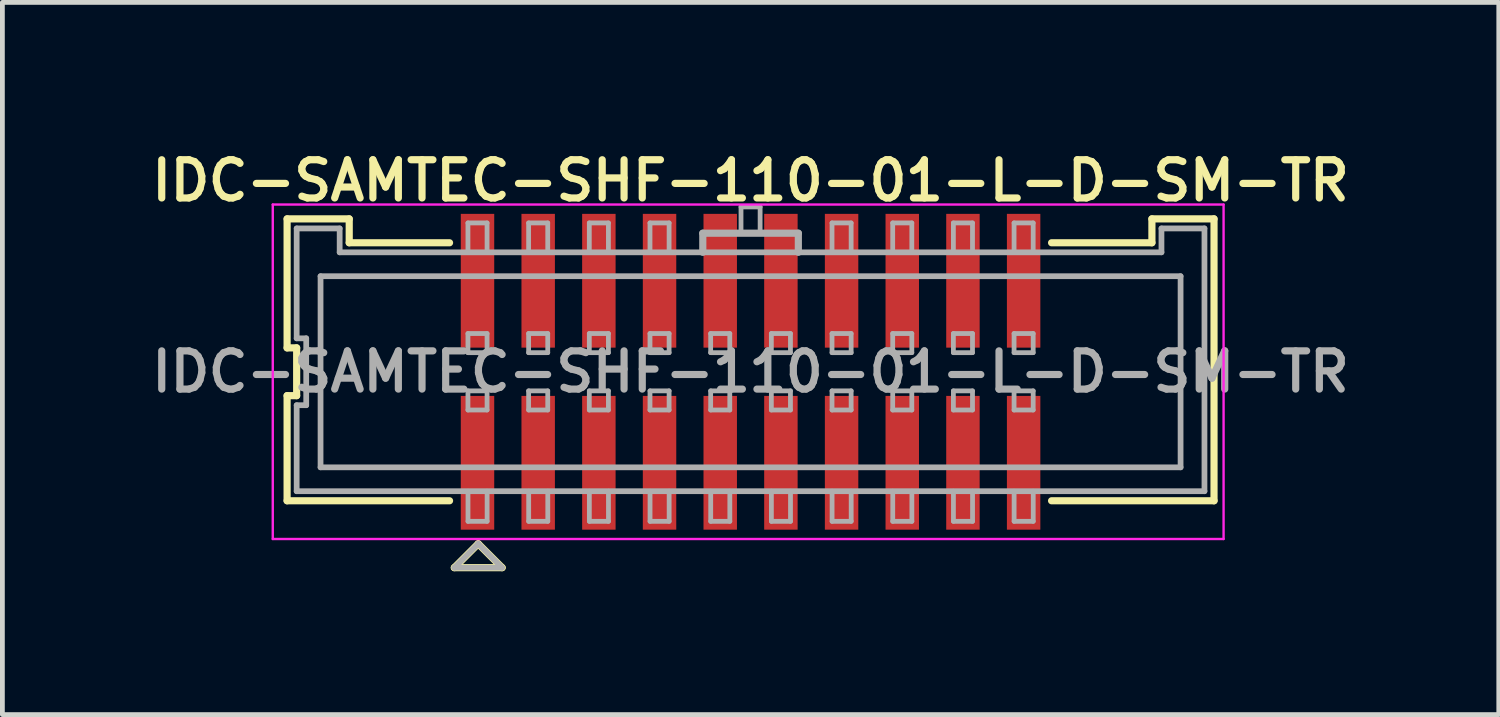
<source format=kicad_pcb>
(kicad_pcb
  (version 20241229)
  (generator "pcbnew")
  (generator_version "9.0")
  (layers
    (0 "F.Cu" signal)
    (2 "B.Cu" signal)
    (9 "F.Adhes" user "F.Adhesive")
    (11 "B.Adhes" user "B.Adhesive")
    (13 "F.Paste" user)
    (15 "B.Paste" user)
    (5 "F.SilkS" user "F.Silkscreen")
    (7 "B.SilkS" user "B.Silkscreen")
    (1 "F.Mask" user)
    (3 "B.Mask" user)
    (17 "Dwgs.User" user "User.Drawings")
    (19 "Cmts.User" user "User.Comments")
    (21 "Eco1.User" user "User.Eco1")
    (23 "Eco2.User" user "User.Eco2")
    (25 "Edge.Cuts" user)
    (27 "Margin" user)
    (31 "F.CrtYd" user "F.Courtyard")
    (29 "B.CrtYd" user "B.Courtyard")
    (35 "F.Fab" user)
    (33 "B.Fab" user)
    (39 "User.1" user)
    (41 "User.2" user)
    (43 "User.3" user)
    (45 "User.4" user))
  (footprint "IDC-SAMTEC-SHF-110-01-L-D-SM-TR"
    (layer "F.Cu")
    (at 12.659 4.731)
    (property "Reference" "IDC-SAMTEC-SHF-110-01-L-D-SM-TR" (at 0 -4 0) (layer "F.SilkS") (effects (font (size 0.8 0.8) (thickness 0.15))))
    (attr through_hole)
    (fp_line (start -9.7 -3.2) (end -9.7 -0.5) (stroke (width 0.15) (type solid)) (layer "F.SilkS"))
    (fp_line (start -9.7 -3.2) (end -8.4 -3.2) (stroke (width 0.15) (type solid)) (layer "F.SilkS"))
    (fp_line (start -9.7 -0.5) (end -9.5 -0.5) (stroke (width 0.15) (type solid)) (layer "F.SilkS"))
    (fp_line (start -9.7 0.5) (end -9.7 2.7) (stroke (width 0.15) (type solid)) (layer "F.SilkS"))
    (fp_line (start -9.7 2.7) (end -6.3 2.7) (stroke (width 0.15) (type solid)) (layer "F.SilkS"))
    (fp_line (start -9.5 -0.5) (end -9.5 0.5) (stroke (width 0.15) (type solid)) (layer "F.SilkS"))
    (fp_line (start -9.5 0.5) (end -9.7 0.5) (stroke (width 0.15) (type solid)) (layer "F.SilkS"))
    (fp_line (start -8.4 -3.2) (end -8.4 -2.7) (stroke (width 0.15) (type solid)) (layer "F.SilkS"))
    (fp_line (start -8.4 -2.7) (end -6.3 -2.7) (stroke (width 0.15) (type solid)) (layer "F.SilkS"))
    (fp_line (start -6.2 4.1) (end -5.2 4.1) (stroke (width 0.15) (type solid)) (layer "F.SilkS"))
    (fp_line (start -5.7 3.6) (end -6.2 4.1) (stroke (width 0.15) (type solid)) (layer "F.SilkS"))
    (fp_line (start -5.2 4.1) (end -5.7 3.6) (stroke (width 0.15) (type solid)) (layer "F.SilkS"))
    (fp_line (start 6.3 -2.7) (end 8.4 -2.7) (stroke (width 0.15) (type solid)) (layer "F.SilkS"))
    (fp_line (start 6.3 2.7) (end 9.7 2.7) (stroke (width 0.15) (type solid)) (layer "F.SilkS"))
    (fp_line (start 8.4 -3.2) (end 8.4 -2.7) (stroke (width 0.15) (type solid)) (layer "F.SilkS"))
    (fp_line (start 8.4 -3.2) (end 9.7 -3.2) (stroke (width 0.15) (type solid)) (layer "F.SilkS"))
    (fp_line (start 9.7 2.7) (end 9.7 -3.2) (stroke (width 0.15) (type solid)) (layer "F.SilkS"))
    (fp_line (start -10 -3.5) (end 9.9 -3.5) (stroke (width 0.05) (type solid)) (layer "F.CrtYd"))
    (fp_line (start -10 3.5) (end -10 -3.5) (stroke (width 0.05) (type solid)) (layer "F.CrtYd"))
    (fp_line (start 9.9 -3.5) (end 9.9 3.5) (stroke (width 0.05) (type solid)) (layer "F.CrtYd"))
    (fp_line (start 9.9 3.5) (end -10 3.5) (stroke (width 0.05) (type solid)) (layer "F.CrtYd"))
    (fp_line (start -9.5 -3) (end -8.6 -3) (stroke (width 0.12) (type solid)) (layer "F.Fab"))
    (fp_line (start -9.5 -0.7) (end -9.5 -3) (stroke (width 0.12) (type solid)) (layer "F.Fab"))
    (fp_line (start -9.5 0.7) (end -9.3 0.7) (stroke (width 0.12) (type solid)) (layer "F.Fab"))
    (fp_line (start -9.5 2.5) (end -9.5 0.7) (stroke (width 0.12) (type solid)) (layer "F.Fab"))
    (fp_line (start -9.5 2.5) (end 9.5 2.5) (stroke (width 0.12) (type solid)) (layer "F.Fab"))
    (fp_line (start -9.3 -0.7) (end -9.5 -0.7) (stroke (width 0.12) (type solid)) (layer "F.Fab"))
    (fp_line (start -9.3 0.7) (end -9.3 -0.7) (stroke (width 0.12) (type solid)) (layer "F.Fab"))
    (fp_line (start -9 -2) (end 9 -2) (stroke (width 0.12) (type solid)) (layer "F.Fab"))
    (fp_line (start -9 2) (end -9 -2) (stroke (width 0.12) (type solid)) (layer "F.Fab"))
    (fp_line (start -8.6 -3) (end -8.6 -2.5) (stroke (width 0.12) (type solid)) (layer "F.Fab"))
    (fp_line (start -8.6 -2.5) (end 8.6 -2.5) (stroke (width 0.12) (type solid)) (layer "F.Fab"))
    (fp_line (start -6.2 4.1) (end -5.2 4.1) (stroke (width 0.12) (type solid)) (layer "F.Fab"))
    (fp_line (start -5.915 -3.115) (end -5.515 -3.115) (stroke (width 0.1) (type solid)) (layer "F.Fab"))
    (fp_line (start -5.915 -2.5) (end -5.915 -3.115) (stroke (width 0.1) (type solid)) (layer "F.Fab"))
    (fp_line (start -5.915 -0.8) (end -5.515 -0.8) (stroke (width 0.1) (type solid)) (layer "F.Fab"))
    (fp_line (start -5.915 -0.4) (end -5.915 -0.8) (stroke (width 0.1) (type solid)) (layer "F.Fab"))
    (fp_line (start -5.915 0.4) (end -5.515 0.4) (stroke (width 0.1) (type solid)) (layer "F.Fab"))
    (fp_line (start -5.915 0.8) (end -5.915 0.4) (stroke (width 0.1) (type solid)) (layer "F.Fab"))
    (fp_line (start -5.914 3.13) (end -5.914 2.5) (stroke (width 0.1) (type solid)) (layer "F.Fab"))
    (fp_line (start -5.7 3.6) (end -6.2 4.1) (stroke (width 0.12) (type solid)) (layer "F.Fab"))
    (fp_line (start -5.515 -3.115) (end -5.515 -2.5) (stroke (width 0.1) (type solid)) (layer "F.Fab"))
    (fp_line (start -5.515 -0.8) (end -5.515 -0.4) (stroke (width 0.1) (type solid)) (layer "F.Fab"))
    (fp_line (start -5.515 -0.4) (end -5.915 -0.4) (stroke (width 0.1) (type solid)) (layer "F.Fab"))
    (fp_line (start -5.515 0.4) (end -5.515 0.8) (stroke (width 0.1) (type solid)) (layer "F.Fab"))
    (fp_line (start -5.515 0.8) (end -5.915 0.8) (stroke (width 0.1) (type solid)) (layer "F.Fab"))
    (fp_line (start -5.514 2.5) (end -5.514 3.13) (stroke (width 0.1) (type solid)) (layer "F.Fab"))
    (fp_line (start -5.514 3.13) (end -5.914 3.13) (stroke (width 0.1) (type solid)) (layer "F.Fab"))
    (fp_line (start -5.2 4.1) (end -5.7 3.6) (stroke (width 0.12) (type solid)) (layer "F.Fab"))
    (fp_line (start -4.645 -3.115) (end -4.245 -3.115) (stroke (width 0.1) (type solid)) (layer "F.Fab"))
    (fp_line (start -4.645 -2.5) (end -4.645 -3.115) (stroke (width 0.1) (type solid)) (layer "F.Fab"))
    (fp_line (start -4.645 -0.8) (end -4.245 -0.8) (stroke (width 0.1) (type solid)) (layer "F.Fab"))
    (fp_line (start -4.645 -0.4) (end -4.645 -0.8) (stroke (width 0.1) (type solid)) (layer "F.Fab"))
    (fp_line (start -4.645 0.4) (end -4.245 0.4) (stroke (width 0.1) (type solid)) (layer "F.Fab"))
    (fp_line (start -4.645 0.8) (end -4.645 0.4) (stroke (width 0.1) (type solid)) (layer "F.Fab"))
    (fp_line (start -4.644 3.13) (end -4.644 2.5) (stroke (width 0.1) (type solid)) (layer "F.Fab"))
    (fp_line (start -4.245 -3.115) (end -4.245 -2.5) (stroke (width 0.1) (type solid)) (layer "F.Fab"))
    (fp_line (start -4.245 -0.8) (end -4.245 -0.4) (stroke (width 0.1) (type solid)) (layer "F.Fab"))
    (fp_line (start -4.245 -0.4) (end -4.645 -0.4) (stroke (width 0.1) (type solid)) (layer "F.Fab"))
    (fp_line (start -4.245 0.4) (end -4.245 0.8) (stroke (width 0.1) (type solid)) (layer "F.Fab"))
    (fp_line (start -4.245 0.8) (end -4.645 0.8) (stroke (width 0.1) (type solid)) (layer "F.Fab"))
    (fp_line (start -4.244 2.5) (end -4.244 3.13) (stroke (width 0.1) (type solid)) (layer "F.Fab"))
    (fp_line (start -4.244 3.13) (end -4.644 3.13) (stroke (width 0.1) (type solid)) (layer "F.Fab"))
    (fp_line (start -3.375 -3.115) (end -2.975 -3.115) (stroke (width 0.1) (type solid)) (layer "F.Fab"))
    (fp_line (start -3.375 -2.5) (end -3.375 -3.115) (stroke (width 0.1) (type solid)) (layer "F.Fab"))
    (fp_line (start -3.375 -0.8) (end -2.975 -0.8) (stroke (width 0.1) (type solid)) (layer "F.Fab"))
    (fp_line (start -3.375 -0.4) (end -3.375 -0.8) (stroke (width 0.1) (type solid)) (layer "F.Fab"))
    (fp_line (start -3.375 0.4) (end -2.975 0.4) (stroke (width 0.1) (type solid)) (layer "F.Fab"))
    (fp_line (start -3.375 0.8) (end -3.375 0.4) (stroke (width 0.1) (type solid)) (layer "F.Fab"))
    (fp_line (start -3.374 3.13) (end -3.374 2.5) (stroke (width 0.1) (type solid)) (layer "F.Fab"))
    (fp_line (start -2.975 -3.115) (end -2.975 -2.5) (stroke (width 0.1) (type solid)) (layer "F.Fab"))
    (fp_line (start -2.975 -0.8) (end -2.975 -0.4) (stroke (width 0.1) (type solid)) (layer "F.Fab"))
    (fp_line (start -2.975 -0.4) (end -3.375 -0.4) (stroke (width 0.1) (type solid)) (layer "F.Fab"))
    (fp_line (start -2.975 0.4) (end -2.975 0.8) (stroke (width 0.1) (type solid)) (layer "F.Fab"))
    (fp_line (start -2.975 0.8) (end -3.375 0.8) (stroke (width 0.1) (type solid)) (layer "F.Fab"))
    (fp_line (start -2.974 2.5) (end -2.974 3.13) (stroke (width 0.1) (type solid)) (layer "F.Fab"))
    (fp_line (start -2.974 3.13) (end -3.374 3.13) (stroke (width 0.1) (type solid)) (layer "F.Fab"))
    (fp_line (start -2.105 -3.115) (end -1.705 -3.115) (stroke (width 0.1) (type solid)) (layer "F.Fab"))
    (fp_line (start -2.105 -2.5) (end -2.105 -3.115) (stroke (width 0.1) (type solid)) (layer "F.Fab"))
    (fp_line (start -2.105 -0.8) (end -1.705 -0.8) (stroke (width 0.1) (type solid)) (layer "F.Fab"))
    (fp_line (start -2.105 -0.4) (end -2.105 -0.8) (stroke (width 0.1) (type solid)) (layer "F.Fab"))
    (fp_line (start -2.105 0.4) (end -1.705 0.4) (stroke (width 0.1) (type solid)) (layer "F.Fab"))
    (fp_line (start -2.105 0.8) (end -2.105 0.4) (stroke (width 0.1) (type solid)) (layer "F.Fab"))
    (fp_line (start -2.104 3.13) (end -2.104 2.5) (stroke (width 0.1) (type solid)) (layer "F.Fab"))
    (fp_line (start -1.705 -3.115) (end -1.705 -2.5) (stroke (width 0.1) (type solid)) (layer "F.Fab"))
    (fp_line (start -1.705 -0.8) (end -1.705 -0.4) (stroke (width 0.1) (type solid)) (layer "F.Fab"))
    (fp_line (start -1.705 -0.4) (end -2.105 -0.4) (stroke (width 0.1) (type solid)) (layer "F.Fab"))
    (fp_line (start -1.705 0.4) (end -1.705 0.8) (stroke (width 0.1) (type solid)) (layer "F.Fab"))
    (fp_line (start -1.705 0.8) (end -2.105 0.8) (stroke (width 0.1) (type solid)) (layer "F.Fab"))
    (fp_line (start -1.704 2.5) (end -1.704 3.13) (stroke (width 0.1) (type solid)) (layer "F.Fab"))
    (fp_line (start -1.704 3.13) (end -2.104 3.13) (stroke (width 0.1) (type solid)) (layer "F.Fab"))
    (fp_line (start -1 -2.9) (end 1 -2.9) (stroke (width 0.15) (type solid)) (layer "F.Fab"))
    (fp_line (start -1 -2.5) (end -1 -2.9) (stroke (width 0.15) (type solid)) (layer "F.Fab"))
    (fp_line (start -0.835 -0.8) (end -0.435 -0.8) (stroke (width 0.1) (type solid)) (layer "F.Fab"))
    (fp_line (start -0.835 -0.4) (end -0.835 -0.8) (stroke (width 0.1) (type solid)) (layer "F.Fab"))
    (fp_line (start -0.835 0.4) (end -0.435 0.4) (stroke (width 0.1) (type solid)) (layer "F.Fab"))
    (fp_line (start -0.835 0.8) (end -0.835 0.4) (stroke (width 0.1) (type solid)) (layer "F.Fab"))
    (fp_line (start -0.834 3.13) (end -0.834 2.5) (stroke (width 0.1) (type solid)) (layer "F.Fab"))
    (fp_line (start -0.435 -0.8) (end -0.435 -0.4) (stroke (width 0.1) (type solid)) (layer "F.Fab"))
    (fp_line (start -0.435 -0.4) (end -0.835 -0.4) (stroke (width 0.1) (type solid)) (layer "F.Fab"))
    (fp_line (start -0.435 0.4) (end -0.435 0.8) (stroke (width 0.1) (type solid)) (layer "F.Fab"))
    (fp_line (start -0.435 0.8) (end -0.835 0.8) (stroke (width 0.1) (type solid)) (layer "F.Fab"))
    (fp_line (start -0.434 2.5) (end -0.434 3.13) (stroke (width 0.1) (type solid)) (layer "F.Fab"))
    (fp_line (start -0.434 3.13) (end -0.834 3.13) (stroke (width 0.1) (type solid)) (layer "F.Fab"))
    (fp_line (start -0.2 -3.45) (end 0.2 -3.45) (stroke (width 0.1) (type solid)) (layer "F.Fab"))
    (fp_line (start -0.2 -2.9) (end -0.2 -3.45) (stroke (width 0.1) (type solid)) (layer "F.Fab"))
    (fp_line (start 0.2 -3.45) (end 0.2 -2.9) (stroke (width 0.1) (type solid)) (layer "F.Fab"))
    (fp_line (start 0.435 -0.8) (end 0.835 -0.8) (stroke (width 0.1) (type solid)) (layer "F.Fab"))
    (fp_line (start 0.435 -0.4) (end 0.435 -0.8) (stroke (width 0.1) (type solid)) (layer "F.Fab"))
    (fp_line (start 0.435 0.4) (end 0.835 0.4) (stroke (width 0.1) (type solid)) (layer "F.Fab"))
    (fp_line (start 0.435 0.8) (end 0.435 0.4) (stroke (width 0.1) (type solid)) (layer "F.Fab"))
    (fp_line (start 0.436 3.13) (end 0.436 2.5) (stroke (width 0.1) (type solid)) (layer "F.Fab"))
    (fp_line (start 0.835 -0.8) (end 0.835 -0.4) (stroke (width 0.1) (type solid)) (layer "F.Fab"))
    (fp_line (start 0.835 -0.4) (end 0.435 -0.4) (stroke (width 0.1) (type solid)) (layer "F.Fab"))
    (fp_line (start 0.835 0.4) (end 0.835 0.8) (stroke (width 0.1) (type solid)) (layer "F.Fab"))
    (fp_line (start 0.835 0.8) (end 0.435 0.8) (stroke (width 0.1) (type solid)) (layer "F.Fab"))
    (fp_line (start 0.836 2.5) (end 0.836 3.13) (stroke (width 0.1) (type solid)) (layer "F.Fab"))
    (fp_line (start 0.836 3.13) (end 0.436 3.13) (stroke (width 0.1) (type solid)) (layer "F.Fab"))
    (fp_line (start 1 -2.9) (end 1 -2.5) (stroke (width 0.15) (type solid)) (layer "F.Fab"))
    (fp_line (start 1.705 -3.115) (end 2.105 -3.115) (stroke (width 0.1) (type solid)) (layer "F.Fab"))
    (fp_line (start 1.705 -2.5) (end 1.705 -3.115) (stroke (width 0.1) (type solid)) (layer "F.Fab"))
    (fp_line (start 1.705 -0.8) (end 2.105 -0.8) (stroke (width 0.1) (type solid)) (layer "F.Fab"))
    (fp_line (start 1.705 -0.4) (end 1.705 -0.8) (stroke (width 0.1) (type solid)) (layer "F.Fab"))
    (fp_line (start 1.705 0.4) (end 2.105 0.4) (stroke (width 0.1) (type solid)) (layer "F.Fab"))
    (fp_line (start 1.705 0.8) (end 1.705 0.4) (stroke (width 0.1) (type solid)) (layer "F.Fab"))
    (fp_line (start 1.706 3.13) (end 1.706 2.5) (stroke (width 0.1) (type solid)) (layer "F.Fab"))
    (fp_line (start 2.105 -3.115) (end 2.105 -2.5) (stroke (width 0.1) (type solid)) (layer "F.Fab"))
    (fp_line (start 2.105 -0.8) (end 2.105 -0.4) (stroke (width 0.1) (type solid)) (layer "F.Fab"))
    (fp_line (start 2.105 -0.4) (end 1.705 -0.4) (stroke (width 0.1) (type solid)) (layer "F.Fab"))
    (fp_line (start 2.105 0.4) (end 2.105 0.8) (stroke (width 0.1) (type solid)) (layer "F.Fab"))
    (fp_line (start 2.105 0.8) (end 1.705 0.8) (stroke (width 0.1) (type solid)) (layer "F.Fab"))
    (fp_line (start 2.106 2.5) (end 2.106 3.13) (stroke (width 0.1) (type solid)) (layer "F.Fab"))
    (fp_line (start 2.106 3.13) (end 1.706 3.13) (stroke (width 0.1) (type solid)) (layer "F.Fab"))
    (fp_line (start 2.975 -3.115) (end 3.375 -3.115) (stroke (width 0.1) (type solid)) (layer "F.Fab"))
    (fp_line (start 2.975 -2.5) (end 2.975 -3.115) (stroke (width 0.1) (type solid)) (layer "F.Fab"))
    (fp_line (start 2.975 -0.8) (end 3.375 -0.8) (stroke (width 0.1) (type solid)) (layer "F.Fab"))
    (fp_line (start 2.975 -0.4) (end 2.975 -0.8) (stroke (width 0.1) (type solid)) (layer "F.Fab"))
    (fp_line (start 2.975 0.4) (end 3.375 0.4) (stroke (width 0.1) (type solid)) (layer "F.Fab"))
    (fp_line (start 2.975 0.8) (end 2.975 0.4) (stroke (width 0.1) (type solid)) (layer "F.Fab"))
    (fp_line (start 2.976 3.13) (end 2.976 2.5) (stroke (width 0.1) (type solid)) (layer "F.Fab"))
    (fp_line (start 3.375 -3.115) (end 3.375 -2.5) (stroke (width 0.1) (type solid)) (layer "F.Fab"))
    (fp_line (start 3.375 -0.8) (end 3.375 -0.4) (stroke (width 0.1) (type solid)) (layer "F.Fab"))
    (fp_line (start 3.375 -0.4) (end 2.975 -0.4) (stroke (width 0.1) (type solid)) (layer "F.Fab"))
    (fp_line (start 3.375 0.4) (end 3.375 0.8) (stroke (width 0.1) (type solid)) (layer "F.Fab"))
    (fp_line (start 3.375 0.8) (end 2.975 0.8) (stroke (width 0.1) (type solid)) (layer "F.Fab"))
    (fp_line (start 3.376 2.5) (end 3.376 3.13) (stroke (width 0.1) (type solid)) (layer "F.Fab"))
    (fp_line (start 3.376 3.13) (end 2.976 3.13) (stroke (width 0.1) (type solid)) (layer "F.Fab"))
    (fp_line (start 4.245 -3.115) (end 4.645 -3.115) (stroke (width 0.1) (type solid)) (layer "F.Fab"))
    (fp_line (start 4.245 -2.5) (end 4.245 -3.115) (stroke (width 0.1) (type solid)) (layer "F.Fab"))
    (fp_line (start 4.245 -0.8) (end 4.645 -0.8) (stroke (width 0.1) (type solid)) (layer "F.Fab"))
    (fp_line (start 4.245 -0.4) (end 4.245 -0.8) (stroke (width 0.1) (type solid)) (layer "F.Fab"))
    (fp_line (start 4.245 0.4) (end 4.645 0.4) (stroke (width 0.1) (type solid)) (layer "F.Fab"))
    (fp_line (start 4.245 0.8) (end 4.245 0.4) (stroke (width 0.1) (type solid)) (layer "F.Fab"))
    (fp_line (start 4.246 3.13) (end 4.246 2.5) (stroke (width 0.1) (type solid)) (layer "F.Fab"))
    (fp_line (start 4.645 -3.115) (end 4.645 -2.5) (stroke (width 0.1) (type solid)) (layer "F.Fab"))
    (fp_line (start 4.645 -0.8) (end 4.645 -0.4) (stroke (width 0.1) (type solid)) (layer "F.Fab"))
    (fp_line (start 4.645 -0.4) (end 4.245 -0.4) (stroke (width 0.1) (type solid)) (layer "F.Fab"))
    (fp_line (start 4.645 0.4) (end 4.645 0.8) (stroke (width 0.1) (type solid)) (layer "F.Fab"))
    (fp_line (start 4.645 0.8) (end 4.245 0.8) (stroke (width 0.1) (type solid)) (layer "F.Fab"))
    (fp_line (start 4.646 2.5) (end 4.646 3.13) (stroke (width 0.1) (type solid)) (layer "F.Fab"))
    (fp_line (start 4.646 3.13) (end 4.246 3.13) (stroke (width 0.1) (type solid)) (layer "F.Fab"))
    (fp_line (start 5.515 -3.115) (end 5.915 -3.115) (stroke (width 0.1) (type solid)) (layer "F.Fab"))
    (fp_line (start 5.515 -2.5) (end 5.515 -3.115) (stroke (width 0.1) (type solid)) (layer "F.Fab"))
    (fp_line (start 5.515 -0.8) (end 5.915 -0.8) (stroke (width 0.1) (type solid)) (layer "F.Fab"))
    (fp_line (start 5.515 -0.4) (end 5.515 -0.8) (stroke (width 0.1) (type solid)) (layer "F.Fab"))
    (fp_line (start 5.515 0.4) (end 5.915 0.4) (stroke (width 0.1) (type solid)) (layer "F.Fab"))
    (fp_line (start 5.515 0.8) (end 5.515 0.4) (stroke (width 0.1) (type solid)) (layer "F.Fab"))
    (fp_line (start 5.516 3.13) (end 5.516 2.5) (stroke (width 0.1) (type solid)) (layer "F.Fab"))
    (fp_line (start 5.915 -3.115) (end 5.915 -2.5) (stroke (width 0.1) (type solid)) (layer "F.Fab"))
    (fp_line (start 5.915 -0.8) (end 5.915 -0.4) (stroke (width 0.1) (type solid)) (layer "F.Fab"))
    (fp_line (start 5.915 -0.4) (end 5.515 -0.4) (stroke (width 0.1) (type solid)) (layer "F.Fab"))
    (fp_line (start 5.915 0.4) (end 5.915 0.8) (stroke (width 0.1) (type solid)) (layer "F.Fab"))
    (fp_line (start 5.915 0.8) (end 5.515 0.8) (stroke (width 0.1) (type solid)) (layer "F.Fab"))
    (fp_line (start 5.916 2.5) (end 5.916 3.13) (stroke (width 0.1) (type solid)) (layer "F.Fab"))
    (fp_line (start 5.916 3.13) (end 5.516 3.13) (stroke (width 0.1) (type solid)) (layer "F.Fab"))
    (fp_line (start 8.6 -3) (end 9.5 -3) (stroke (width 0.12) (type solid)) (layer "F.Fab"))
    (fp_line (start 8.6 -2.5) (end 8.6 -3) (stroke (width 0.12) (type solid)) (layer "F.Fab"))
    (fp_line (start 9 -2) (end 9 2) (stroke (width 0.12) (type solid)) (layer "F.Fab"))
    (fp_line (start 9 2) (end -9 2) (stroke (width 0.12) (type solid)) (layer "F.Fab"))
    (fp_line (start 9.5 -3) (end 9.5 2.5) (stroke (width 0.12) (type solid)) (layer "F.Fab"))
    (fp_text user "${REFERENCE}" (at 0 0 0) (layer "F.Fab") (effects (font (size 0.8 0.8) (thickness 0.15))))
    (pad "1" smd rect (at -5.715 1.905) (size 0.7 2.8) (layers "F.Cu" "F.Mask" "F.Paste"))
    (pad "2" smd rect (at -5.715 -1.905) (size 0.7 2.8) (layers "F.Cu" "F.Mask" "F.Paste"))
    (pad "3" smd rect (at -4.445 1.905) (size 0.7 2.8) (layers "F.Cu" "F.Mask" "F.Paste"))
    (pad "4" smd rect (at -4.445 -1.905) (size 0.7 2.8) (layers "F.Cu" "F.Mask" "F.Paste"))
    (pad "5" smd rect (at -3.175 1.905) (size 0.7 2.8) (layers "F.Cu" "F.Mask" "F.Paste"))
    (pad "6" smd rect (at -3.175 -1.905) (size 0.7 2.8) (layers "F.Cu" "F.Mask" "F.Paste"))
    (pad "7" smd rect (at -1.905 1.905) (size 0.7 2.8) (layers "F.Cu" "F.Mask" "F.Paste"))
    (pad "8" smd rect (at -1.905 -1.905) (size 0.7 2.8) (layers "F.Cu" "F.Mask" "F.Paste"))
    (pad "9" smd rect (at -0.635 1.905) (size 0.7 2.8) (layers "F.Cu" "F.Mask" "F.Paste"))
    (pad "10" smd rect (at -0.635 -1.905) (size 0.7 2.8) (layers "F.Cu" "F.Mask" "F.Paste"))
    (pad "11" smd rect (at 0.635 1.905) (size 0.7 2.8) (layers "F.Cu" "F.Mask" "F.Paste"))
    (pad "12" smd rect (at 0.635 -1.905) (size 0.7 2.8) (layers "F.Cu" "F.Mask" "F.Paste"))
    (pad "13" smd rect (at 1.905 1.905) (size 0.7 2.8) (layers "F.Cu" "F.Mask" "F.Paste"))
    (pad "14" smd rect (at 1.905 -1.905) (size 0.7 2.8) (layers "F.Cu" "F.Mask" "F.Paste"))
    (pad "15" smd rect (at 3.175 1.905) (size 0.7 2.8) (layers "F.Cu" "F.Mask" "F.Paste"))
    (pad "16" smd rect (at 3.175 -1.905) (size 0.7 2.8) (layers "F.Cu" "F.Mask" "F.Paste"))
    (pad "17" smd rect (at 4.445 1.905) (size 0.7 2.8) (layers "F.Cu" "F.Mask" "F.Paste"))
    (pad "18" smd rect (at 4.445 -1.905) (size 0.7 2.8) (layers "F.Cu" "F.Mask" "F.Paste"))
    (pad "19" smd rect (at 5.715 1.905) (size 0.7 2.8) (layers "F.Cu" "F.Mask" "F.Paste"))
    (pad "20" smd rect (at 5.715 -1.905) (size 0.7 2.8) (layers "F.Cu" "F.Mask" "F.Paste")))
  (gr_rect
    (start -3 -3)
    (end 28.319 11.906)
    (stroke (width 0.1) (type default))
    (fill no)
    (layer "Edge.Cuts")))
</source>
